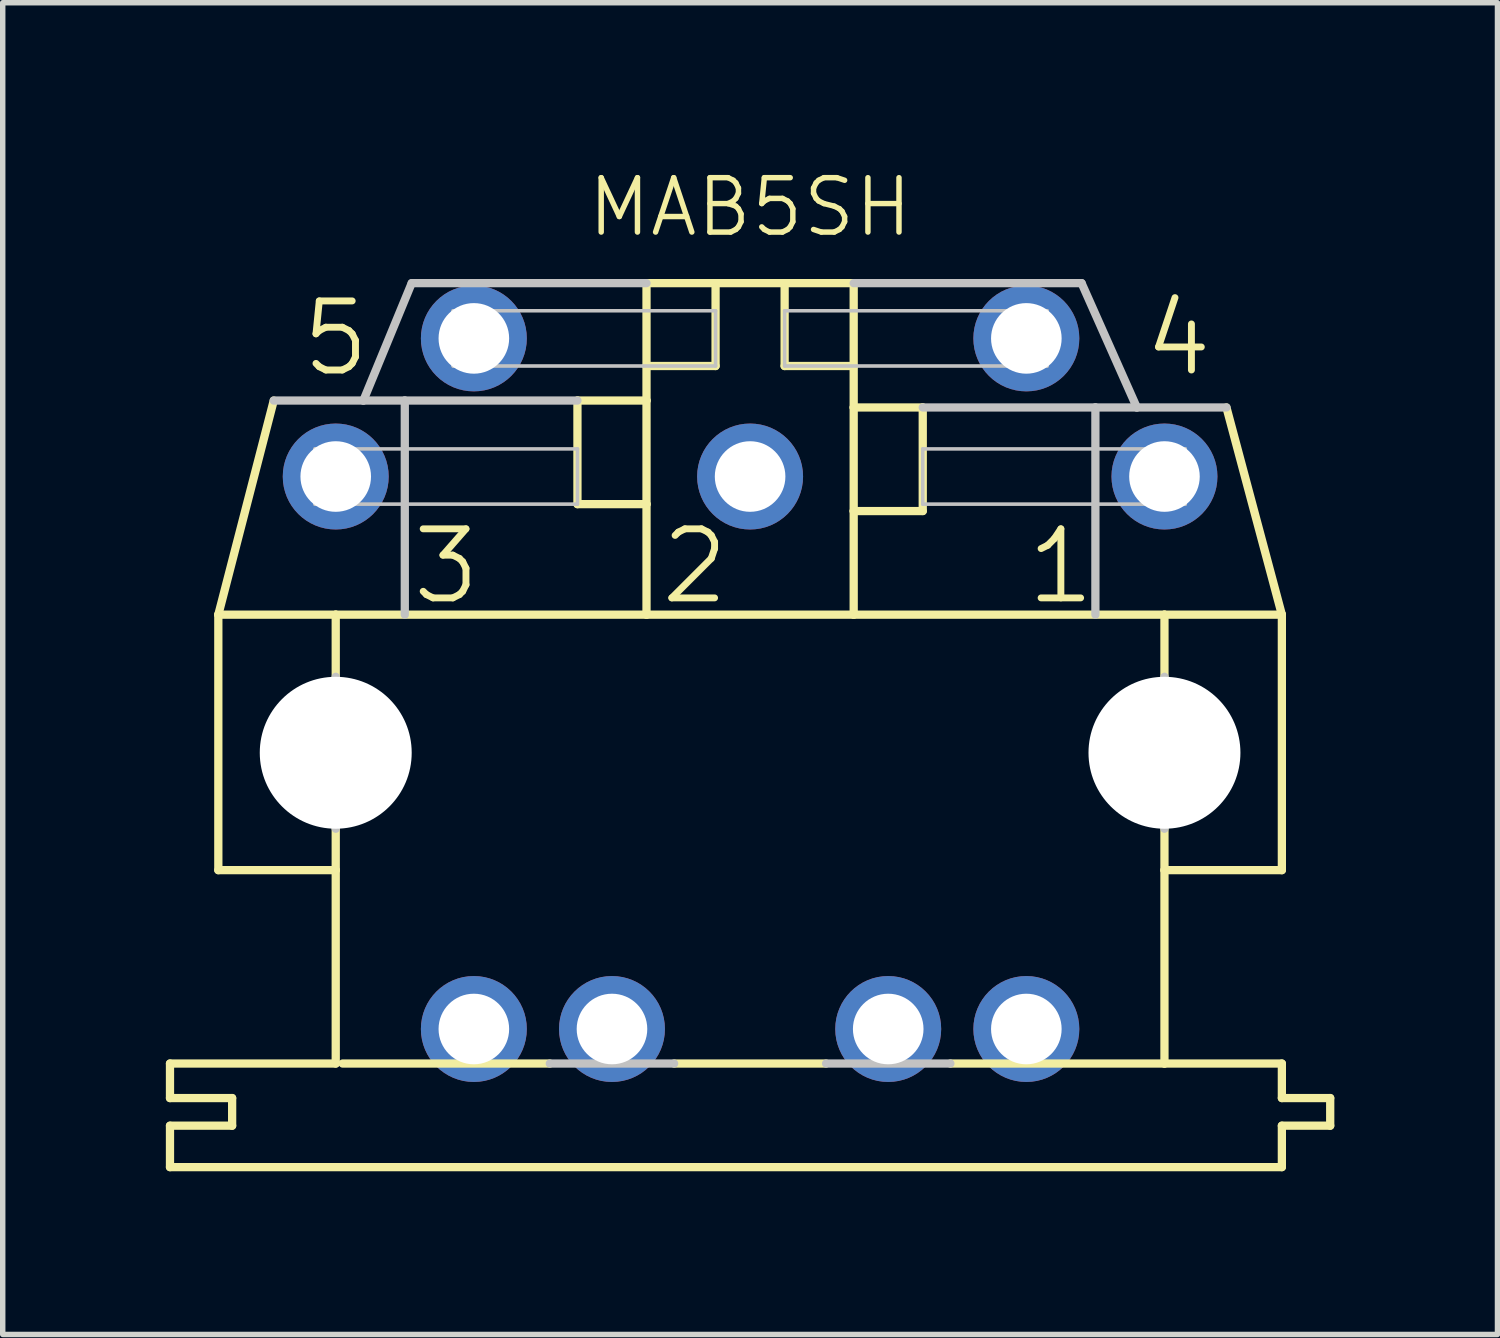
<source format=kicad_pcb>
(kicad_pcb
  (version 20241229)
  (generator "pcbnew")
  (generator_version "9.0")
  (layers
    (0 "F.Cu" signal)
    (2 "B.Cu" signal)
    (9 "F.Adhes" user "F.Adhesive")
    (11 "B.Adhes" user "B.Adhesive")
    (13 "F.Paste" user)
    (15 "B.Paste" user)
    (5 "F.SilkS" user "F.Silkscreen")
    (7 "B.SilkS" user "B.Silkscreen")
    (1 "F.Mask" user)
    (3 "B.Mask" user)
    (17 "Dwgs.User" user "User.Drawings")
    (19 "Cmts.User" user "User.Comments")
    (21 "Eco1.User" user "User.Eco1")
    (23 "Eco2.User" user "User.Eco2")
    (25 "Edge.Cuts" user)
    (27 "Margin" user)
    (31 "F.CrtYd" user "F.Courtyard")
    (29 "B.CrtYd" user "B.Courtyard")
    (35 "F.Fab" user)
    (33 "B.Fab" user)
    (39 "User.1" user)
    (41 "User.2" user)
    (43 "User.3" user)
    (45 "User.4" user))
  (footprint "MAB5SH"
    (layer "F.Cu")
    (at 10.744 10.793)
    (property "Reference" "MAB5SH" (at 0 -10.033 0) (layer "F.SilkS") (effects (font (size 1 1) (thickness 0.1))))
    (attr exclude_from_pos_files exclude_from_bom)
    (fp_line (start -10.668 6.35) (end -10.668 5.715) (stroke (width 0.152) (type solid)) (layer "F.SilkS"))
    (fp_line (start -10.668 6.35) (end -9.525 6.35) (stroke (width 0.152) (type solid)) (layer "F.SilkS"))
    (fp_line (start -10.668 7.62) (end -10.668 6.858) (stroke (width 0.152) (type solid)) (layer "F.SilkS"))
    (fp_line (start -10.668 7.62) (end 9.779 7.62) (stroke (width 0.152) (type solid)) (layer "F.SilkS"))
    (fp_line (start -9.779 2.159) (end -9.779 -2.54) (stroke (width 0.152) (type solid)) (layer "F.SilkS"))
    (fp_line (start -9.779 2.159) (end -7.62 2.159) (stroke (width 0.152) (type solid)) (layer "F.SilkS"))
    (fp_line (start -9.525 6.858) (end -10.668 6.858) (stroke (width 0.152) (type solid)) (layer "F.SilkS"))
    (fp_line (start -9.525 6.858) (end -9.525 6.35) (stroke (width 0.152) (type solid)) (layer "F.SilkS"))
    (fp_line (start -8.76 -6.477) (end -9.779 -2.54) (stroke (width 0.152) (type solid)) (layer "F.SilkS"))
    (fp_line (start -7.62 -2.54) (end -9.779 -2.54) (stroke (width 0.152) (type solid)) (layer "F.SilkS"))
    (fp_line (start -7.62 -2.54) (end -7.62 -1.397) (stroke (width 0.152) (type solid)) (layer "F.SilkS"))
    (fp_line (start -7.62 2.159) (end -7.62 1.397) (stroke (width 0.152) (type solid)) (layer "F.SilkS"))
    (fp_line (start -7.62 5.715) (end -10.668 5.715) (stroke (width 0.152) (type solid)) (layer "F.SilkS"))
    (fp_line (start -7.62 5.715) (end -7.62 2.159) (stroke (width 0.152) (type solid)) (layer "F.SilkS"))
    (fp_line (start -7.493 5.715) (end -3.683 5.715) (stroke (width 0.152) (type solid)) (layer "F.SilkS"))
    (fp_line (start -3.175 -6.477) (end -3.175 -4.572) (stroke (width 0.152) (type solid)) (layer "F.SilkS"))
    (fp_line (start -1.905 -8.636) (end -1.905 -7.112) (stroke (width 0.152) (type solid)) (layer "F.SilkS"))
    (fp_line (start -1.905 -7.112) (end -1.905 -6.477) (stroke (width 0.152) (type solid)) (layer "F.SilkS"))
    (fp_line (start -1.905 -7.112) (end -0.635 -7.112) (stroke (width 0.152) (type solid)) (layer "F.SilkS"))
    (fp_line (start -1.905 -6.477) (end -3.175 -6.477) (stroke (width 0.152) (type solid)) (layer "F.SilkS"))
    (fp_line (start -1.905 -6.477) (end -1.905 -4.572) (stroke (width 0.152) (type solid)) (layer "F.SilkS"))
    (fp_line (start -1.905 -4.572) (end -3.175 -4.572) (stroke (width 0.152) (type solid)) (layer "F.SilkS"))
    (fp_line (start -1.905 -4.572) (end -1.905 -2.54) (stroke (width 0.152) (type solid)) (layer "F.SilkS"))
    (fp_line (start -1.905 -2.54) (end -7.62 -2.54) (stroke (width 0.152) (type solid)) (layer "F.SilkS"))
    (fp_line (start -1.397 5.715) (end 1.397 5.715) (stroke (width 0.152) (type solid)) (layer "F.SilkS"))
    (fp_line (start -0.635 -8.636) (end -1.905 -8.636) (stroke (width 0.152) (type solid)) (layer "F.SilkS"))
    (fp_line (start -0.635 -8.636) (end -0.635 -7.112) (stroke (width 0.152) (type solid)) (layer "F.SilkS"))
    (fp_line (start 0.635 -8.636) (end -0.635 -8.636) (stroke (width 0.152) (type solid)) (layer "F.SilkS"))
    (fp_line (start 0.635 -8.636) (end 0.635 -7.112) (stroke (width 0.152) (type solid)) (layer "F.SilkS"))
    (fp_line (start 1.905 -8.636) (end 0.635 -8.636) (stroke (width 0.152) (type solid)) (layer "F.SilkS"))
    (fp_line (start 1.905 -8.636) (end 1.905 -7.112) (stroke (width 0.152) (type solid)) (layer "F.SilkS"))
    (fp_line (start 1.905 -7.112) (end 0.635 -7.112) (stroke (width 0.152) (type solid)) (layer "F.SilkS"))
    (fp_line (start 1.905 -7.112) (end 1.905 -6.35) (stroke (width 0.152) (type solid)) (layer "F.SilkS"))
    (fp_line (start 1.905 -6.35) (end 1.905 -4.445) (stroke (width 0.152) (type solid)) (layer "F.SilkS"))
    (fp_line (start 1.905 -4.445) (end 1.905 -2.54) (stroke (width 0.152) (type solid)) (layer "F.SilkS"))
    (fp_line (start 1.905 -4.445) (end 3.175 -4.445) (stroke (width 0.152) (type solid)) (layer "F.SilkS"))
    (fp_line (start 1.905 -2.54) (end -1.905 -2.54) (stroke (width 0.152) (type solid)) (layer "F.SilkS"))
    (fp_line (start 3.175 -6.35) (end 1.905 -6.35) (stroke (width 0.152) (type solid)) (layer "F.SilkS"))
    (fp_line (start 3.175 -6.35) (end 3.175 -4.445) (stroke (width 0.152) (type solid)) (layer "F.SilkS"))
    (fp_line (start 3.683 5.715) (end 7.62 5.715) (stroke (width 0.152) (type solid)) (layer "F.SilkS"))
    (fp_line (start 7.62 -2.54) (end 1.905 -2.54) (stroke (width 0.152) (type solid)) (layer "F.SilkS"))
    (fp_line (start 7.62 -2.54) (end 7.62 -1.397) (stroke (width 0.152) (type solid)) (layer "F.SilkS"))
    (fp_line (start 7.62 2.159) (end 7.62 1.397) (stroke (width 0.152) (type solid)) (layer "F.SilkS"))
    (fp_line (start 7.62 5.715) (end 7.62 2.159) (stroke (width 0.152) (type solid)) (layer "F.SilkS"))
    (fp_line (start 8.76 -6.35) (end 9.779 -2.54) (stroke (width 0.152) (type solid)) (layer "F.SilkS"))
    (fp_line (start 9.779 -2.54) (end 7.62 -2.54) (stroke (width 0.152) (type solid)) (layer "F.SilkS"))
    (fp_line (start 9.779 2.159) (end 7.62 2.159) (stroke (width 0.152) (type solid)) (layer "F.SilkS"))
    (fp_line (start 9.779 2.159) (end 9.779 -2.54) (stroke (width 0.152) (type solid)) (layer "F.SilkS"))
    (fp_line (start 9.779 5.715) (end 7.62 5.715) (stroke (width 0.152) (type solid)) (layer "F.SilkS"))
    (fp_line (start 9.779 5.715) (end 9.779 6.35) (stroke (width 0.152) (type solid)) (layer "F.SilkS"))
    (fp_line (start 9.779 7.62) (end 9.779 6.858) (stroke (width 0.152) (type solid)) (layer "F.SilkS"))
    (fp_line (start 10.668 6.35) (end 9.779 6.35) (stroke (width 0.152) (type solid)) (layer "F.SilkS"))
    (fp_line (start 10.668 6.858) (end 9.779 6.858) (stroke (width 0.152) (type solid)) (layer "F.SilkS"))
    (fp_line (start 10.668 6.858) (end 10.668 6.35) (stroke (width 0.152) (type solid)) (layer "F.SilkS"))
    (fp_line (start -8.76 -6.477) (end -7.112 -6.477) (stroke (width 0.152) (type solid)) (layer "Dwgs.User"))
    (fp_line (start -8.001 -5.588) (end -3.175 -5.588) (stroke (width 0.066) (type solid)) (layer "Dwgs.User"))
    (fp_line (start -8.001 -4.572) (end -8.001 -5.588) (stroke (width 0.066) (type solid)) (layer "Dwgs.User"))
    (fp_line (start -8.001 -4.572) (end -3.175 -4.572) (stroke (width 0.066) (type solid)) (layer "Dwgs.User"))
    (fp_line (start -7.62 -1.397) (end -7.62 1.397) (stroke (width 0.152) (type solid)) (layer "Dwgs.User"))
    (fp_line (start -7.112 -6.477) (end -6.223 -8.636) (stroke (width 0.152) (type solid)) (layer "Dwgs.User"))
    (fp_line (start -6.35 -6.477) (end -7.112 -6.477) (stroke (width 0.152) (type solid)) (layer "Dwgs.User"))
    (fp_line (start -6.35 -6.477) (end -6.35 -2.54) (stroke (width 0.152) (type solid)) (layer "Dwgs.User"))
    (fp_line (start -5.461 -8.128) (end -0.635 -8.128) (stroke (width 0.066) (type solid)) (layer "Dwgs.User"))
    (fp_line (start -5.461 -7.112) (end -5.461 -8.128) (stroke (width 0.066) (type solid)) (layer "Dwgs.User"))
    (fp_line (start -5.461 -7.112) (end -0.635 -7.112) (stroke (width 0.066) (type solid)) (layer "Dwgs.User"))
    (fp_line (start -3.175 -6.477) (end -6.35 -6.477) (stroke (width 0.152) (type solid)) (layer "Dwgs.User"))
    (fp_line (start -3.175 -4.572) (end -3.175 -5.588) (stroke (width 0.066) (type solid)) (layer "Dwgs.User"))
    (fp_line (start -1.905 -8.636) (end -6.223 -8.636) (stroke (width 0.152) (type solid)) (layer "Dwgs.User"))
    (fp_line (start -1.397 5.715) (end -3.683 5.715) (stroke (width 0.152) (type solid)) (layer "Dwgs.User"))
    (fp_line (start -0.635 -7.112) (end -0.635 -8.128) (stroke (width 0.066) (type solid)) (layer "Dwgs.User"))
    (fp_line (start 0.635 -8.128) (end 5.461 -8.128) (stroke (width 0.066) (type solid)) (layer "Dwgs.User"))
    (fp_line (start 0.635 -7.112) (end 0.635 -8.128) (stroke (width 0.066) (type solid)) (layer "Dwgs.User"))
    (fp_line (start 0.635 -7.112) (end 5.461 -7.112) (stroke (width 0.066) (type solid)) (layer "Dwgs.User"))
    (fp_line (start 3.175 -5.588) (end 8.001 -5.588) (stroke (width 0.066) (type solid)) (layer "Dwgs.User"))
    (fp_line (start 3.175 -4.572) (end 3.175 -5.588) (stroke (width 0.066) (type solid)) (layer "Dwgs.User"))
    (fp_line (start 3.175 -4.572) (end 8.001 -4.572) (stroke (width 0.066) (type solid)) (layer "Dwgs.User"))
    (fp_line (start 3.683 5.715) (end 1.397 5.715) (stroke (width 0.152) (type solid)) (layer "Dwgs.User"))
    (fp_line (start 5.461 -7.112) (end 5.461 -8.128) (stroke (width 0.066) (type solid)) (layer "Dwgs.User"))
    (fp_line (start 6.096 -8.636) (end 1.905 -8.636) (stroke (width 0.152) (type solid)) (layer "Dwgs.User"))
    (fp_line (start 6.096 -8.636) (end 7.112 -6.35) (stroke (width 0.152) (type solid)) (layer "Dwgs.User"))
    (fp_line (start 6.35 -6.35) (end 3.175 -6.35) (stroke (width 0.152) (type solid)) (layer "Dwgs.User"))
    (fp_line (start 6.35 -6.35) (end 6.35 -2.54) (stroke (width 0.152) (type solid)) (layer "Dwgs.User"))
    (fp_line (start 7.112 -6.35) (end 6.35 -6.35) (stroke (width 0.152) (type solid)) (layer "Dwgs.User"))
    (fp_line (start 7.62 -1.397) (end 7.62 1.397) (stroke (width 0.152) (type solid)) (layer "Dwgs.User"))
    (fp_line (start 8.001 -4.572) (end 8.001 -5.588) (stroke (width 0.066) (type solid)) (layer "Dwgs.User"))
    (fp_line (start 8.76 -6.35) (end 7.112 -6.35) (stroke (width 0.152) (type solid)) (layer "Dwgs.User"))
    (fp_text user "1" (at 5.715 -3.429 0) (layer "F.SilkS") (effects (font (size 1.27 1.27) (thickness 0.127))))
    (fp_text user "4" (at 7.874 -7.62 0) (layer "F.SilkS") (effects (font (size 1.27 1.27) (thickness 0.127))))
    (fp_text user "5" (at -7.62 -7.62 0) (layer "F.SilkS") (effects (font (size 1.27 1.27) (thickness 0.127))))
    (fp_text user "2" (at -1.016 -3.429 0) (layer "F.SilkS") (effects (font (size 1.27 1.27) (thickness 0.127))))
    (fp_text user "3" (at -5.588 -3.429 0) (layer "F.SilkS") (effects (font (size 1.27 1.27) (thickness 0.127))))
    (pad "" np_thru_hole circle (at -7.62 0) (size 2.794 2.794) (drill 2.794) (layers "*.Cu" "*.Mask"))
    (pad "" np_thru_hole circle (at 7.62 0) (size 2.794 2.794) (drill 2.794) (layers "*.Cu" "*.Mask"))
    (pad "1" thru_hole circle (at 7.62 -5.08) (size 1.948 1.948) (drill 1.298) (layers "*.Cu" "*.Paste" "*.Mask"))
    (pad "2" thru_hole circle (at 0 -5.08) (size 1.948 1.948) (drill 1.298) (layers "*.Cu" "*.Paste" "*.Mask"))
    (pad "3" thru_hole circle (at -7.62 -5.08) (size 1.948 1.948) (drill 1.298) (layers "*.Cu" "*.Paste" "*.Mask"))
    (pad "4" thru_hole circle (at 5.08 -7.62) (size 1.948 1.948) (drill 1.298) (layers "*.Cu" "*.Paste" "*.Mask"))
    (pad "5" thru_hole circle (at -5.08 -7.62) (size 1.948 1.948) (drill 1.298) (layers "*.Cu" "*.Paste" "*.Mask"))
    (pad "PE" thru_hole circle (at -5.08 5.08) (size 1.948 1.948) (drill 1.298) (layers "*.Cu" "*.Paste" "*.Mask"))
    (pad "PE" thru_hole circle (at -2.54 5.08) (size 1.948 1.948) (drill 1.298) (layers "*.Cu" "*.Paste" "*.Mask"))
    (pad "PE@" thru_hole circle (at 2.54 5.08) (size 1.948 1.948) (drill 1.298) (layers "*.Cu" "*.Paste" "*.Mask"))
    (pad "PE@" thru_hole circle (at 5.08 5.08) (size 1.948 1.948) (drill 1.298) (layers "*.Cu" "*.Paste" "*.Mask")))
  (gr_rect
    (start -3 -3)
    (end 24.488 21.49)
    (stroke (width 0.1) (type default))
    (fill no)
    (layer "Edge.Cuts")))
</source>
